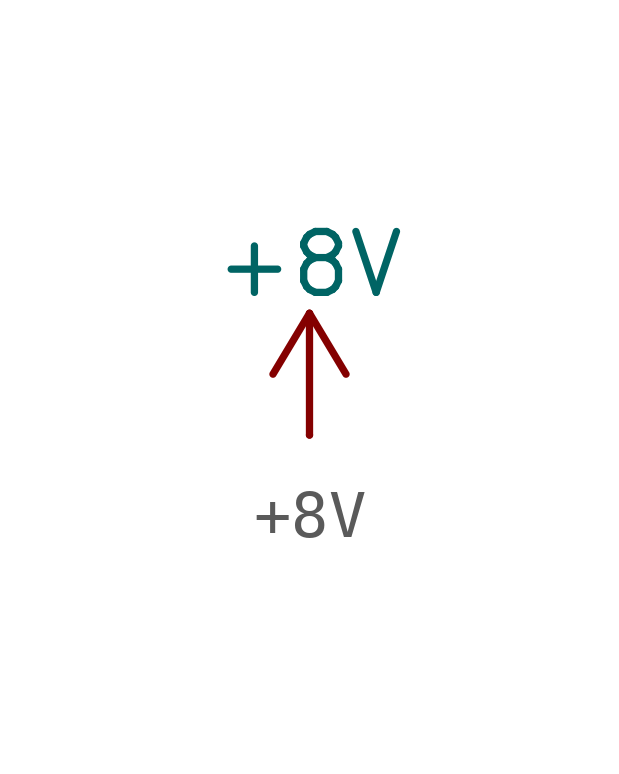
<source format=kicad_sym>
(kicad_symbol_lib
  (version 20231120)
  (generator "kicad_symbol_editor")
  (generator_version "8.0")
  (symbol "+8V"
    (power)
    (pin_numbers hide)
    (pin_names
      (offset 0) hide)
    (property "Reference" "#PWR"
      (at 0 -3.81 0)
      (effects (font (size 1.27 1.27)) (hide yes)))
    (property "Value" "+8V"
      (at 0 3.556 0)
      (effects (font (size 1.27 1.27))))
    (symbol "+8V_0_1"
      (polyline (pts (xy -0.762 1.27) (xy 0 2.54)) (stroke (width 0) (type default)) (fill (type none)))
      (polyline (pts (xy 0 0) (xy 0 2.54)) (stroke (width 0) (type default)) (fill (type none)))
      (polyline (pts (xy 0 2.54) (xy 0.762 1.27)) (stroke (width 0) (type default)) (fill (type none))))
    (symbol "+8V_1_1"
      (pin power_in line (at 0 0 90) (length 0) (name "~" (effects (font (size 1.27 1.27)))) (number "1" (effects (font (size 1.27 1.27))))))))
</source>
